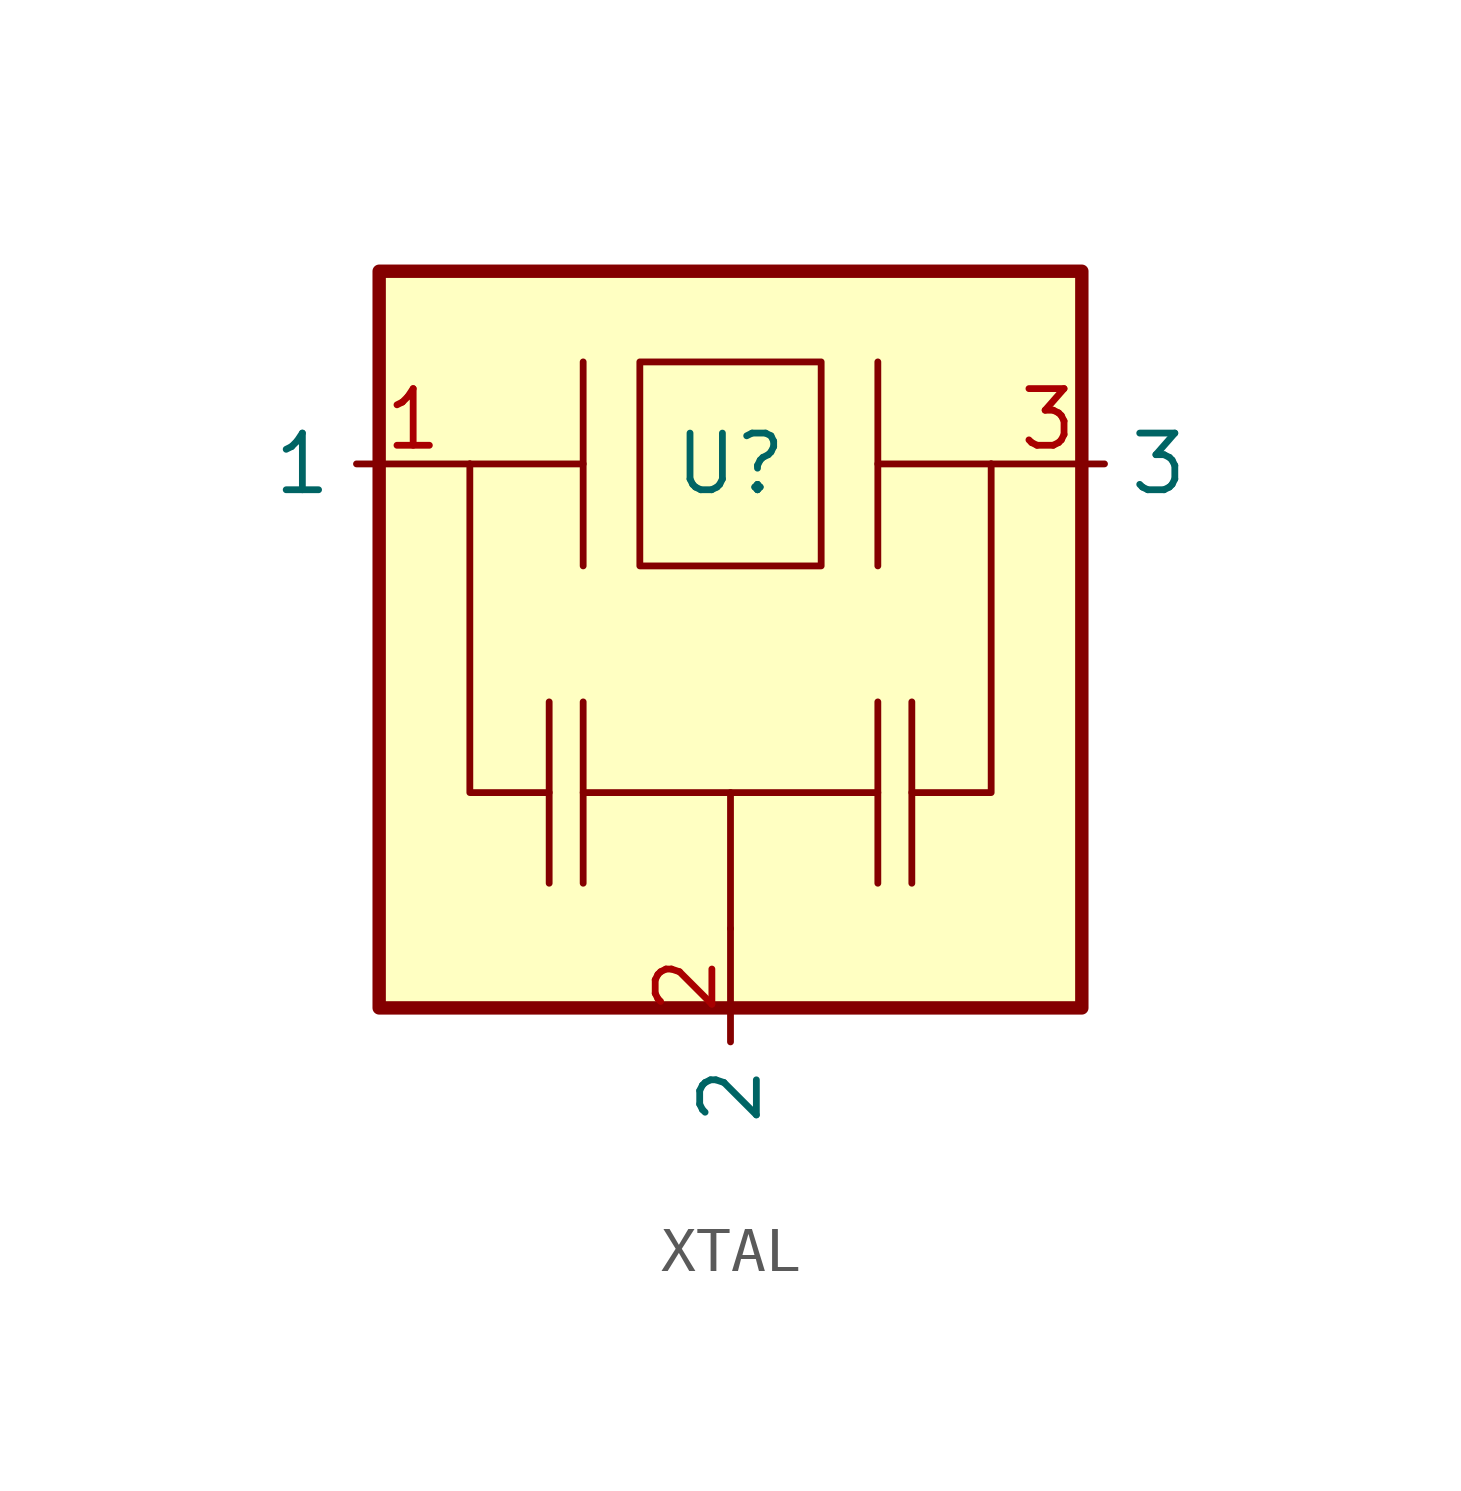
<source format=kicad_sym>
(kicad_symbol_lib
  (version 20220914)
  (generator kicad_symbol_editor)
  (symbol "XTAL"
    (property "Reference" "U"
      (at 0 0 0)
      (effects (font (size 1.27 1.27))))
    (property "Value" ""
      (at 0 0 0)
      (effects (font (size 1.27 1.27))))
    (symbol "XTAL_0_1"
      (rectangle (start -7.874 4.318) (end 7.874 -12.192) (stroke (width 0.3) (type default)) (fill (type background)))
      (rectangle (start -2.032 2.286) (end 2.032 -2.286) (stroke (width 0) (type default)) (fill (type none)))
      (polyline (pts (xy -5.842 0) (xy -3.302 0)) (stroke (width 0) (type default)) (fill (type none)))
      (polyline (pts (xy -4.064 -5.334) (xy -4.064 -9.398)) (stroke (width 0) (type default)) (fill (type none)))
      (polyline (pts (xy -3.302 -7.366) (xy 3.302 -7.366)) (stroke (width 0) (type default)) (fill (type none)))
      (polyline (pts (xy -3.302 -5.334) (xy -3.302 -9.398)) (stroke (width 0) (type default)) (fill (type none)))
      (polyline (pts (xy -3.302 2.286) (xy -3.302 -2.286)) (stroke (width 0) (type default)) (fill (type none)))
      (polyline (pts (xy 0 -10.414) (xy 0 -7.366)) (stroke (width 0) (type default)) (fill (type none)))
      (polyline (pts (xy 3.302 -5.334) (xy 3.302 -9.398)) (stroke (width 0) (type default)) (fill (type none)))
      (polyline (pts (xy 3.302 2.286) (xy 3.302 -2.286)) (stroke (width 0) (type default)) (fill (type none)))
      (polyline (pts (xy 4.064 -5.334) (xy 4.064 -9.398)) (stroke (width 0) (type default)) (fill (type none)))
      (polyline (pts (xy 5.842 0) (xy 3.302 0)) (stroke (width 0) (type default)) (fill (type none)))
      (polyline (pts (xy -5.842 0) (xy -5.842 -7.366) (xy -4.064 -7.366)) (stroke (width 0) (type default)) (fill (type none)))
      (polyline (pts (xy 5.842 0) (xy 5.842 -7.366) (xy 4.064 -7.366)) (stroke (width 0) (type default)) (fill (type none)))
      (pin passive line (at -5.842 0 180) (length 2.54) (name "1" (effects (font (size 1.27 1.27)))) (number "1" (effects (font (size 1.27 1.27)))))
      (pin passive line (at 0 -10.414 270) (length 2.54) (name "2" (effects (font (size 1.27 1.27)))) (number "2" (effects (font (size 1.27 1.27)))))
      (pin passive line (at 5.842 0 0) (length 2.54) (name "3" (effects (font (size 1.27 1.27)))) (number "3" (effects (font (size 1.27 1.27))))))))
</source>
